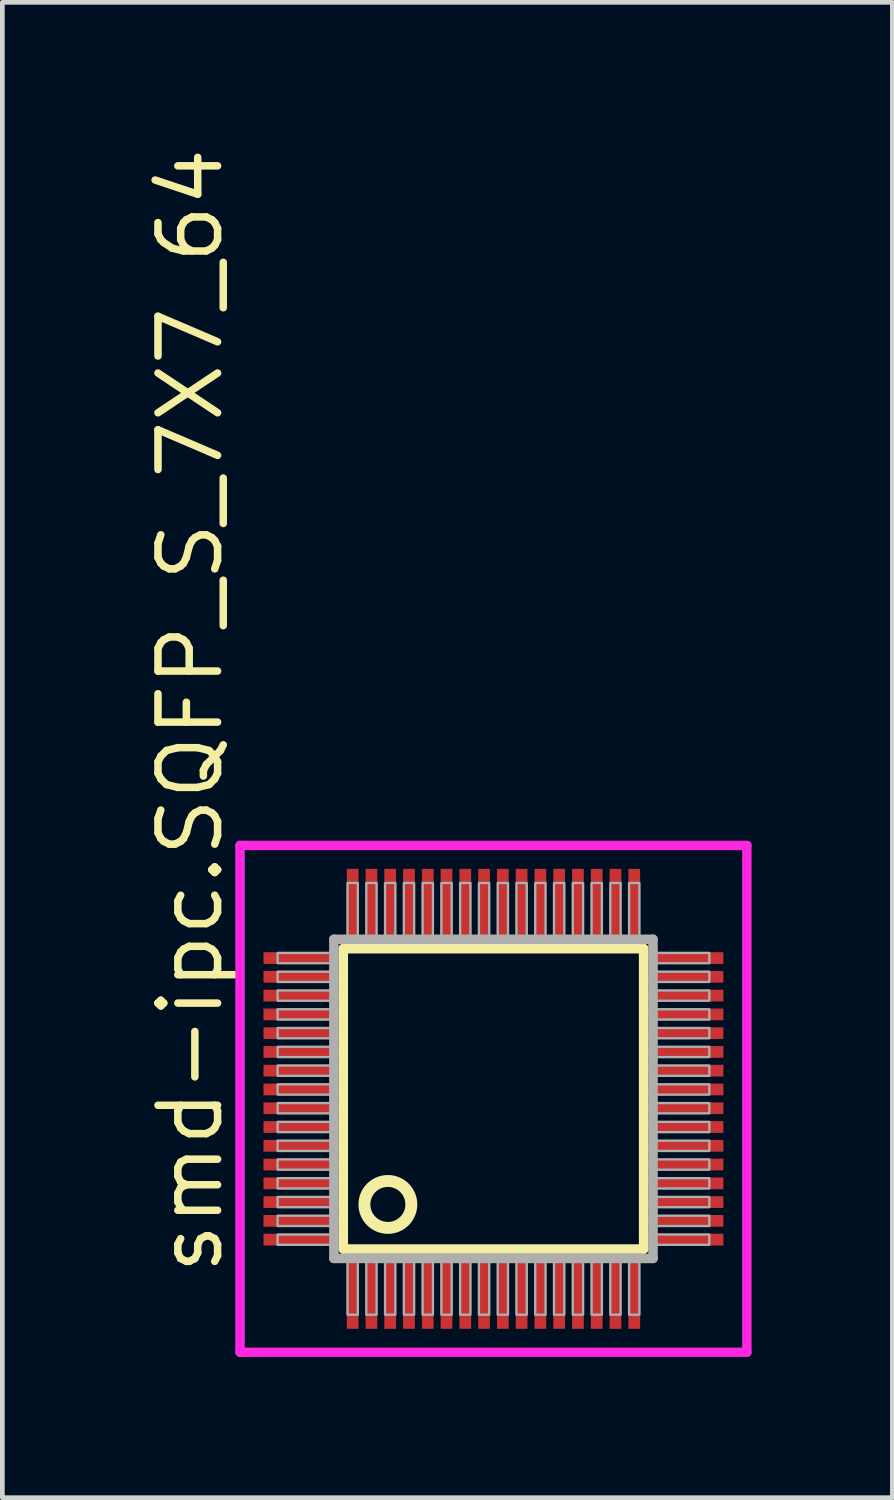
<source format=kicad_pcb>
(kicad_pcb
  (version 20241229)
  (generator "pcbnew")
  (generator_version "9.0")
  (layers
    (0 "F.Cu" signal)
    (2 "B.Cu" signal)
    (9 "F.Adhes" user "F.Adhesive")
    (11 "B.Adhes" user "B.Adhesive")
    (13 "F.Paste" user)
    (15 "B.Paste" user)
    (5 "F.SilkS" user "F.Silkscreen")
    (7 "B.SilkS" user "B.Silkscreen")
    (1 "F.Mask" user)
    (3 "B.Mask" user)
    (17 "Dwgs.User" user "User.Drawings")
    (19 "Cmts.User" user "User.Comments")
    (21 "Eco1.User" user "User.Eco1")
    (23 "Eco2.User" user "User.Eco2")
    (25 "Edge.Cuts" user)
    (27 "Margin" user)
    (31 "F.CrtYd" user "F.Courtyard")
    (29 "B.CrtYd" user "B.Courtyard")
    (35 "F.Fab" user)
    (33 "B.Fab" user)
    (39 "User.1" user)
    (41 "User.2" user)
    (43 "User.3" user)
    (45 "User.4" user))
  (footprint "smd-ipc.SQFP_S_7X7_64"
    (layer "F.Cu")
    (at 7.465 20.365)
    (property "Reference" "smd-ipc.SQFP_S_7X7_64" (at -5.715 3.81 90) (layer "F.SilkS") (effects (font (size 1.27 1.27) (thickness 0.16)) (justify left bottom)))
    (attr smd)
    (fp_line (start -3.2 -3.2) (end 3.2 -3.2) (stroke (width 0.203) (type default)) (layer "F.SilkS"))
    (fp_line (start -3.2 3.2) (end -3.2 -3.2) (stroke (width 0.203) (type default)) (layer "F.SilkS"))
    (fp_line (start 3.2 -3.2) (end 3.2 3.2) (stroke (width 0.203) (type default)) (layer "F.SilkS"))
    (fp_line (start 3.2 3.2) (end -3.2 3.2) (stroke (width 0.203) (type default)) (layer "F.SilkS"))
    (fp_circle (center -2.25 2.25) (end -1.75 2.25) (stroke (width 0.254) (type default)) (fill no) (layer "F.SilkS"))
    (fp_line (start -5.4 -5.4) (end 5.4 -5.4) (stroke (width 0.2) (type default)) (layer "F.CrtYd"))
    (fp_line (start -5.4 5.4) (end -5.4 -5.4) (stroke (width 0.2) (type default)) (layer "F.CrtYd"))
    (fp_line (start 5.4 -5.4) (end 5.4 5.4) (stroke (width 0.2) (type default)) (layer "F.CrtYd"))
    (fp_line (start 5.4 5.4) (end -5.4 5.4) (stroke (width 0.2) (type default)) (layer "F.CrtYd"))
    (fp_line (start -3.4 -3.4) (end -3.4 3.4) (stroke (width 0.203) (type default)) (layer "F.Fab"))
    (fp_line (start -3.4 3.4) (end 3.4 3.4) (stroke (width 0.203) (type default)) (layer "F.Fab"))
    (fp_line (start 3.4 -3.4) (end -3.4 -3.4) (stroke (width 0.203) (type default)) (layer "F.Fab"))
    (fp_line (start 3.4 3.4) (end 3.4 -3.4) (stroke (width 0.203) (type default)) (layer "F.Fab"))
    (fp_rect (start -4.6 -2.89) (end -3.45 -3.11) (stroke (width 0.05) (type default)) (fill no) (layer "F.Fab"))
    (fp_rect (start -4.6 -2.49) (end -3.45 -2.71) (stroke (width 0.05) (type default)) (fill no) (layer "F.Fab"))
    (fp_rect (start -4.6 -2.09) (end -3.45 -2.31) (stroke (width 0.05) (type default)) (fill no) (layer "F.Fab"))
    (fp_rect (start -4.6 -1.69) (end -3.45 -1.91) (stroke (width 0.05) (type default)) (fill no) (layer "F.Fab"))
    (fp_rect (start -4.6 -1.29) (end -3.45 -1.51) (stroke (width 0.05) (type default)) (fill no) (layer "F.Fab"))
    (fp_rect (start -4.6 -0.89) (end -3.45 -1.11) (stroke (width 0.05) (type default)) (fill no) (layer "F.Fab"))
    (fp_rect (start -4.6 -0.49) (end -3.45 -0.71) (stroke (width 0.05) (type default)) (fill no) (layer "F.Fab"))
    (fp_rect (start -4.6 -0.09) (end -3.45 -0.31) (stroke (width 0.05) (type default)) (fill no) (layer "F.Fab"))
    (fp_rect (start -4.6 0.31) (end -3.45 0.09) (stroke (width 0.05) (type default)) (fill no) (layer "F.Fab"))
    (fp_rect (start -4.6 0.71) (end -3.45 0.49) (stroke (width 0.05) (type default)) (fill no) (layer "F.Fab"))
    (fp_rect (start -4.6 1.11) (end -3.45 0.89) (stroke (width 0.05) (type default)) (fill no) (layer "F.Fab"))
    (fp_rect (start -4.6 1.51) (end -3.45 1.29) (stroke (width 0.05) (type default)) (fill no) (layer "F.Fab"))
    (fp_rect (start -4.6 1.91) (end -3.45 1.69) (stroke (width 0.05) (type default)) (fill no) (layer "F.Fab"))
    (fp_rect (start -4.6 2.31) (end -3.45 2.09) (stroke (width 0.05) (type default)) (fill no) (layer "F.Fab"))
    (fp_rect (start -4.6 2.71) (end -3.45 2.49) (stroke (width 0.05) (type default)) (fill no) (layer "F.Fab"))
    (fp_rect (start -4.6 3.11) (end -3.45 2.89) (stroke (width 0.05) (type default)) (fill no) (layer "F.Fab"))
    (fp_rect (start -3.11 -3.45) (end -2.89 -4.6) (stroke (width 0.05) (type default)) (fill no) (layer "F.Fab"))
    (fp_rect (start -3.11 4.6) (end -2.89 3.45) (stroke (width 0.05) (type default)) (fill no) (layer "F.Fab"))
    (fp_rect (start -2.71 -3.45) (end -2.49 -4.6) (stroke (width 0.05) (type default)) (fill no) (layer "F.Fab"))
    (fp_rect (start -2.71 4.6) (end -2.49 3.45) (stroke (width 0.05) (type default)) (fill no) (layer "F.Fab"))
    (fp_rect (start -2.31 -3.45) (end -2.09 -4.6) (stroke (width 0.05) (type default)) (fill no) (layer "F.Fab"))
    (fp_rect (start -2.31 4.6) (end -2.09 3.45) (stroke (width 0.05) (type default)) (fill no) (layer "F.Fab"))
    (fp_rect (start -1.91 -3.45) (end -1.69 -4.6) (stroke (width 0.05) (type default)) (fill no) (layer "F.Fab"))
    (fp_rect (start -1.91 4.6) (end -1.69 3.45) (stroke (width 0.05) (type default)) (fill no) (layer "F.Fab"))
    (fp_rect (start -1.51 -3.45) (end -1.29 -4.6) (stroke (width 0.05) (type default)) (fill no) (layer "F.Fab"))
    (fp_rect (start -1.51 4.6) (end -1.29 3.45) (stroke (width 0.05) (type default)) (fill no) (layer "F.Fab"))
    (fp_rect (start -1.11 -3.45) (end -0.89 -4.6) (stroke (width 0.05) (type default)) (fill no) (layer "F.Fab"))
    (fp_rect (start -1.11 4.6) (end -0.89 3.45) (stroke (width 0.05) (type default)) (fill no) (layer "F.Fab"))
    (fp_rect (start -0.71 -3.45) (end -0.49 -4.6) (stroke (width 0.05) (type default)) (fill no) (layer "F.Fab"))
    (fp_rect (start -0.71 4.6) (end -0.49 3.45) (stroke (width 0.05) (type default)) (fill no) (layer "F.Fab"))
    (fp_rect (start -0.31 -3.45) (end -0.09 -4.6) (stroke (width 0.05) (type default)) (fill no) (layer "F.Fab"))
    (fp_rect (start -0.31 4.6) (end -0.09 3.45) (stroke (width 0.05) (type default)) (fill no) (layer "F.Fab"))
    (fp_rect (start 0.09 -3.45) (end 0.31 -4.6) (stroke (width 0.05) (type default)) (fill no) (layer "F.Fab"))
    (fp_rect (start 0.09 4.6) (end 0.31 3.45) (stroke (width 0.05) (type default)) (fill no) (layer "F.Fab"))
    (fp_rect (start 0.49 -3.45) (end 0.71 -4.6) (stroke (width 0.05) (type default)) (fill no) (layer "F.Fab"))
    (fp_rect (start 0.49 4.6) (end 0.71 3.45) (stroke (width 0.05) (type default)) (fill no) (layer "F.Fab"))
    (fp_rect (start 0.89 -3.45) (end 1.11 -4.6) (stroke (width 0.05) (type default)) (fill no) (layer "F.Fab"))
    (fp_rect (start 0.89 4.6) (end 1.11 3.45) (stroke (width 0.05) (type default)) (fill no) (layer "F.Fab"))
    (fp_rect (start 1.29 -3.45) (end 1.51 -4.6) (stroke (width 0.05) (type default)) (fill no) (layer "F.Fab"))
    (fp_rect (start 1.29 4.6) (end 1.51 3.45) (stroke (width 0.05) (type default)) (fill no) (layer "F.Fab"))
    (fp_rect (start 1.69 -3.45) (end 1.91 -4.6) (stroke (width 0.05) (type default)) (fill no) (layer "F.Fab"))
    (fp_rect (start 1.69 4.6) (end 1.91 3.45) (stroke (width 0.05) (type default)) (fill no) (layer "F.Fab"))
    (fp_rect (start 2.09 -3.45) (end 2.31 -4.6) (stroke (width 0.05) (type default)) (fill no) (layer "F.Fab"))
    (fp_rect (start 2.09 4.6) (end 2.31 3.45) (stroke (width 0.05) (type default)) (fill no) (layer "F.Fab"))
    (fp_rect (start 2.49 -3.45) (end 2.71 -4.6) (stroke (width 0.05) (type default)) (fill no) (layer "F.Fab"))
    (fp_rect (start 2.49 4.6) (end 2.71 3.45) (stroke (width 0.05) (type default)) (fill no) (layer "F.Fab"))
    (fp_rect (start 2.89 -3.45) (end 3.11 -4.6) (stroke (width 0.05) (type default)) (fill no) (layer "F.Fab"))
    (fp_rect (start 2.89 4.6) (end 3.11 3.45) (stroke (width 0.05) (type default)) (fill no) (layer "F.Fab"))
    (fp_rect (start 3.45 -2.89) (end 4.6 -3.11) (stroke (width 0.05) (type default)) (fill no) (layer "F.Fab"))
    (fp_rect (start 3.45 -2.49) (end 4.6 -2.71) (stroke (width 0.05) (type default)) (fill no) (layer "F.Fab"))
    (fp_rect (start 3.45 -2.09) (end 4.6 -2.31) (stroke (width 0.05) (type default)) (fill no) (layer "F.Fab"))
    (fp_rect (start 3.45 -1.69) (end 4.6 -1.91) (stroke (width 0.05) (type default)) (fill no) (layer "F.Fab"))
    (fp_rect (start 3.45 -1.29) (end 4.6 -1.51) (stroke (width 0.05) (type default)) (fill no) (layer "F.Fab"))
    (fp_rect (start 3.45 -0.89) (end 4.6 -1.11) (stroke (width 0.05) (type default)) (fill no) (layer "F.Fab"))
    (fp_rect (start 3.45 -0.49) (end 4.6 -0.71) (stroke (width 0.05) (type default)) (fill no) (layer "F.Fab"))
    (fp_rect (start 3.45 -0.09) (end 4.6 -0.31) (stroke (width 0.05) (type default)) (fill no) (layer "F.Fab"))
    (fp_rect (start 3.45 0.31) (end 4.6 0.09) (stroke (width 0.05) (type default)) (fill no) (layer "F.Fab"))
    (fp_rect (start 3.45 0.71) (end 4.6 0.49) (stroke (width 0.05) (type default)) (fill no) (layer "F.Fab"))
    (fp_rect (start 3.45 1.11) (end 4.6 0.89) (stroke (width 0.05) (type default)) (fill no) (layer "F.Fab"))
    (fp_rect (start 3.45 1.51) (end 4.6 1.29) (stroke (width 0.05) (type default)) (fill no) (layer "F.Fab"))
    (fp_rect (start 3.45 1.91) (end 4.6 1.69) (stroke (width 0.05) (type default)) (fill no) (layer "F.Fab"))
    (fp_rect (start 3.45 2.31) (end 4.6 2.09) (stroke (width 0.05) (type default)) (fill no) (layer "F.Fab"))
    (fp_rect (start 3.45 2.71) (end 4.6 2.49) (stroke (width 0.05) (type default)) (fill no) (layer "F.Fab"))
    (fp_rect (start 3.45 3.11) (end 4.6 2.89) (stroke (width 0.05) (type default)) (fill no) (layer "F.Fab"))
    (pad "1" smd roundrect (at -3 4.1) (size 0.25 1.6) (layers "F.Cu" "F.Mask" "F.Paste") (roundrect_rratio 0.01))
    (pad "2" smd roundrect (at -2.6 4.1) (size 0.25 1.6) (layers "F.Cu" "F.Mask" "F.Paste") (roundrect_rratio 0.01))
    (pad "3" smd roundrect (at -2.2 4.1) (size 0.25 1.6) (layers "F.Cu" "F.Mask" "F.Paste") (roundrect_rratio 0.01))
    (pad "4" smd roundrect (at -1.8 4.1) (size 0.25 1.6) (layers "F.Cu" "F.Mask" "F.Paste") (roundrect_rratio 0.01))
    (pad "5" smd roundrect (at -1.4 4.1) (size 0.25 1.6) (layers "F.Cu" "F.Mask" "F.Paste") (roundrect_rratio 0.01))
    (pad "6" smd roundrect (at -1 4.1) (size 0.25 1.6) (layers "F.Cu" "F.Mask" "F.Paste") (roundrect_rratio 0.01))
    (pad "7" smd roundrect (at -0.6 4.1) (size 0.25 1.6) (layers "F.Cu" "F.Mask" "F.Paste") (roundrect_rratio 0.01))
    (pad "8" smd roundrect (at -0.2 4.1) (size 0.25 1.6) (layers "F.Cu" "F.Mask" "F.Paste") (roundrect_rratio 0.01))
    (pad "9" smd roundrect (at 0.2 4.1) (size 0.25 1.6) (layers "F.Cu" "F.Mask" "F.Paste") (roundrect_rratio 0.01))
    (pad "10" smd roundrect (at 0.6 4.1) (size 0.25 1.6) (layers "F.Cu" "F.Mask" "F.Paste") (roundrect_rratio 0.01))
    (pad "11" smd roundrect (at 1 4.1) (size 0.25 1.6) (layers "F.Cu" "F.Mask" "F.Paste") (roundrect_rratio 0.01))
    (pad "12" smd roundrect (at 1.4 4.1) (size 0.25 1.6) (layers "F.Cu" "F.Mask" "F.Paste") (roundrect_rratio 0.01))
    (pad "13" smd roundrect (at 1.8 4.1) (size 0.25 1.6) (layers "F.Cu" "F.Mask" "F.Paste") (roundrect_rratio 0.01))
    (pad "14" smd roundrect (at 2.2 4.1) (size 0.25 1.6) (layers "F.Cu" "F.Mask" "F.Paste") (roundrect_rratio 0.01))
    (pad "15" smd roundrect (at 2.6 4.1) (size 0.25 1.6) (layers "F.Cu" "F.Mask" "F.Paste") (roundrect_rratio 0.01))
    (pad "16" smd roundrect (at 3 4.1) (size 0.25 1.6) (layers "F.Cu" "F.Mask" "F.Paste") (roundrect_rratio 0.01))
    (pad "17" smd roundrect (at 4.1 3) (size 1.6 0.25) (layers "F.Cu" "F.Mask" "F.Paste") (roundrect_rratio 0.01))
    (pad "18" smd roundrect (at 4.1 2.6) (size 1.6 0.25) (layers "F.Cu" "F.Mask" "F.Paste") (roundrect_rratio 0.01))
    (pad "19" smd roundrect (at 4.1 2.2) (size 1.6 0.25) (layers "F.Cu" "F.Mask" "F.Paste") (roundrect_rratio 0.01))
    (pad "20" smd roundrect (at 4.1 1.8) (size 1.6 0.25) (layers "F.Cu" "F.Mask" "F.Paste") (roundrect_rratio 0.01))
    (pad "21" smd roundrect (at 4.1 1.4) (size 1.6 0.25) (layers "F.Cu" "F.Mask" "F.Paste") (roundrect_rratio 0.01))
    (pad "22" smd roundrect (at 4.1 1) (size 1.6 0.25) (layers "F.Cu" "F.Mask" "F.Paste") (roundrect_rratio 0.01))
    (pad "23" smd roundrect (at 4.1 0.6) (size 1.6 0.25) (layers "F.Cu" "F.Mask" "F.Paste") (roundrect_rratio 0.01))
    (pad "24" smd roundrect (at 4.1 0.2) (size 1.6 0.25) (layers "F.Cu" "F.Mask" "F.Paste") (roundrect_rratio 0.01))
    (pad "25" smd roundrect (at 4.1 -0.2) (size 1.6 0.25) (layers "F.Cu" "F.Mask" "F.Paste") (roundrect_rratio 0.01))
    (pad "26" smd roundrect (at 4.1 -0.6) (size 1.6 0.25) (layers "F.Cu" "F.Mask" "F.Paste") (roundrect_rratio 0.01))
    (pad "27" smd roundrect (at 4.1 -1) (size 1.6 0.25) (layers "F.Cu" "F.Mask" "F.Paste") (roundrect_rratio 0.01))
    (pad "28" smd roundrect (at 4.1 -1.4) (size 1.6 0.25) (layers "F.Cu" "F.Mask" "F.Paste") (roundrect_rratio 0.01))
    (pad "29" smd roundrect (at 4.1 -1.8) (size 1.6 0.25) (layers "F.Cu" "F.Mask" "F.Paste") (roundrect_rratio 0.01))
    (pad "30" smd roundrect (at 4.1 -2.2) (size 1.6 0.25) (layers "F.Cu" "F.Mask" "F.Paste") (roundrect_rratio 0.01))
    (pad "31" smd roundrect (at 4.1 -2.6) (size 1.6 0.25) (layers "F.Cu" "F.Mask" "F.Paste") (roundrect_rratio 0.01))
    (pad "32" smd roundrect (at 4.1 -3) (size 1.6 0.25) (layers "F.Cu" "F.Mask" "F.Paste") (roundrect_rratio 0.01))
    (pad "33" smd roundrect (at 3 -4.1) (size 0.25 1.6) (layers "F.Cu" "F.Mask" "F.Paste") (roundrect_rratio 0.01))
    (pad "34" smd roundrect (at 2.6 -4.1) (size 0.25 1.6) (layers "F.Cu" "F.Mask" "F.Paste") (roundrect_rratio 0.01))
    (pad "35" smd roundrect (at 2.2 -4.1) (size 0.25 1.6) (layers "F.Cu" "F.Mask" "F.Paste") (roundrect_rratio 0.01))
    (pad "36" smd roundrect (at 1.8 -4.1) (size 0.25 1.6) (layers "F.Cu" "F.Mask" "F.Paste") (roundrect_rratio 0.01))
    (pad "37" smd roundrect (at 1.4 -4.1) (size 0.25 1.6) (layers "F.Cu" "F.Mask" "F.Paste") (roundrect_rratio 0.01))
    (pad "38" smd roundrect (at 1 -4.1) (size 0.25 1.6) (layers "F.Cu" "F.Mask" "F.Paste") (roundrect_rratio 0.01))
    (pad "39" smd roundrect (at 0.6 -4.1) (size 0.25 1.6) (layers "F.Cu" "F.Mask" "F.Paste") (roundrect_rratio 0.01))
    (pad "40" smd roundrect (at 0.2 -4.1) (size 0.25 1.6) (layers "F.Cu" "F.Mask" "F.Paste") (roundrect_rratio 0.01))
    (pad "41" smd roundrect (at -0.2 -4.1) (size 0.25 1.6) (layers "F.Cu" "F.Mask" "F.Paste") (roundrect_rratio 0.01))
    (pad "42" smd roundrect (at -0.6 -4.1) (size 0.25 1.6) (layers "F.Cu" "F.Mask" "F.Paste") (roundrect_rratio 0.01))
    (pad "43" smd roundrect (at -1 -4.1) (size 0.25 1.6) (layers "F.Cu" "F.Mask" "F.Paste") (roundrect_rratio 0.01))
    (pad "44" smd roundrect (at -1.4 -4.1) (size 0.25 1.6) (layers "F.Cu" "F.Mask" "F.Paste") (roundrect_rratio 0.01))
    (pad "45" smd roundrect (at -1.8 -4.1) (size 0.25 1.6) (layers "F.Cu" "F.Mask" "F.Paste") (roundrect_rratio 0.01))
    (pad "46" smd roundrect (at -2.2 -4.1) (size 0.25 1.6) (layers "F.Cu" "F.Mask" "F.Paste") (roundrect_rratio 0.01))
    (pad "47" smd roundrect (at -2.6 -4.1) (size 0.25 1.6) (layers "F.Cu" "F.Mask" "F.Paste") (roundrect_rratio 0.01))
    (pad "48" smd roundrect (at -3 -4.1) (size 0.25 1.6) (layers "F.Cu" "F.Mask" "F.Paste") (roundrect_rratio 0.01))
    (pad "49" smd roundrect (at -4.1 -3) (size 1.6 0.25) (layers "F.Cu" "F.Mask" "F.Paste") (roundrect_rratio 0.01))
    (pad "50" smd roundrect (at -4.1 -2.6) (size 1.6 0.25) (layers "F.Cu" "F.Mask" "F.Paste") (roundrect_rratio 0.01))
    (pad "51" smd roundrect (at -4.1 -2.2) (size 1.6 0.25) (layers "F.Cu" "F.Mask" "F.Paste") (roundrect_rratio 0.01))
    (pad "52" smd roundrect (at -4.1 -1.8) (size 1.6 0.25) (layers "F.Cu" "F.Mask" "F.Paste") (roundrect_rratio 0.01))
    (pad "53" smd roundrect (at -4.1 -1.4) (size 1.6 0.25) (layers "F.Cu" "F.Mask" "F.Paste") (roundrect_rratio 0.01))
    (pad "54" smd roundrect (at -4.1 -1) (size 1.6 0.25) (layers "F.Cu" "F.Mask" "F.Paste") (roundrect_rratio 0.01))
    (pad "55" smd roundrect (at -4.1 -0.6) (size 1.6 0.25) (layers "F.Cu" "F.Mask" "F.Paste") (roundrect_rratio 0.01))
    (pad "56" smd roundrect (at -4.1 -0.2) (size 1.6 0.25) (layers "F.Cu" "F.Mask" "F.Paste") (roundrect_rratio 0.01))
    (pad "57" smd roundrect (at -4.1 0.2) (size 1.6 0.25) (layers "F.Cu" "F.Mask" "F.Paste") (roundrect_rratio 0.01))
    (pad "58" smd roundrect (at -4.1 0.6) (size 1.6 0.25) (layers "F.Cu" "F.Mask" "F.Paste") (roundrect_rratio 0.01))
    (pad "59" smd roundrect (at -4.1 1) (size 1.6 0.25) (layers "F.Cu" "F.Mask" "F.Paste") (roundrect_rratio 0.01))
    (pad "60" smd roundrect (at -4.1 1.4) (size 1.6 0.25) (layers "F.Cu" "F.Mask" "F.Paste") (roundrect_rratio 0.01))
    (pad "61" smd roundrect (at -4.1 1.8) (size 1.6 0.25) (layers "F.Cu" "F.Mask" "F.Paste") (roundrect_rratio 0.01))
    (pad "62" smd roundrect (at -4.1 2.2) (size 1.6 0.25) (layers "F.Cu" "F.Mask" "F.Paste") (roundrect_rratio 0.01))
    (pad "63" smd roundrect (at -4.1 2.6) (size 1.6 0.25) (layers "F.Cu" "F.Mask" "F.Paste") (roundrect_rratio 0.01))
    (pad "64" smd roundrect (at -4.1 3) (size 1.6 0.25) (layers "F.Cu" "F.Mask" "F.Paste") (roundrect_rratio 0.01)))
  (gr_rect
    (start -3 -3)
    (end 15.965 28.864)
    (stroke (width 0.1) (type default))
    (fill no)
    (layer "Edge.Cuts")))
</source>
